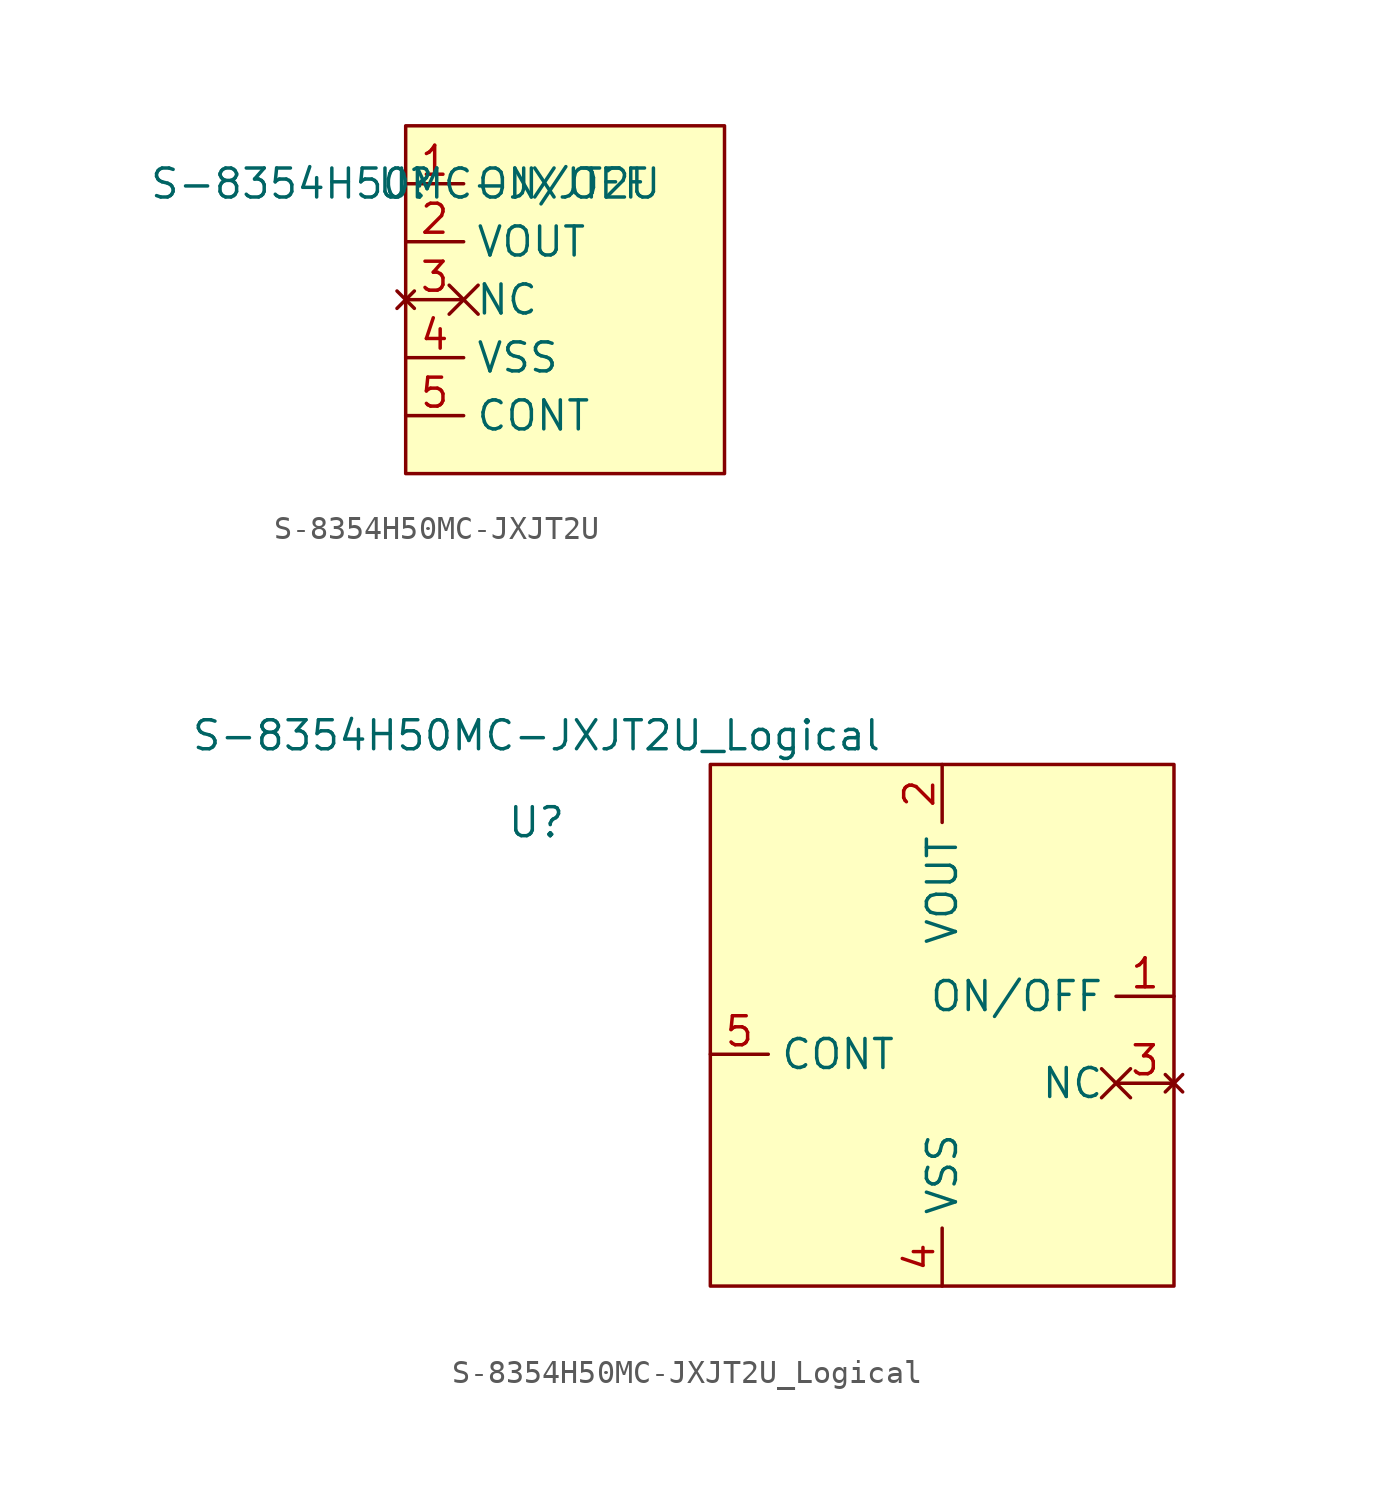
<source format=kicad_sym>
(kicad_symbol_lib
  (version 20211014)
  (generator kicad_symbol_editor)
  (symbol "S-8354H50MC-JXJT2U"
    (property "Reference" "U"
      (at 0 0 0)
      (effects (font (size 1.27 1.27))))
    (property "Value" "S-8354H50MC-JXJT2U"
      (at 0 0 0)
      (effects (font (size 1.27 1.27))))
    (symbol "S-8354H50MC-JXJT2U_0_0"
      (pin input line (at 0 0 0) (length 2.54) (name "ON/OFF" (effects (font (size 1.27 1.27)))) (number "1" (effects (font (size 1.27 1.27)))))
      (pin power_out line (at 0 -2.54 0) (length 2.54) (name "VOUT" (effects (font (size 1.27 1.27)))) (number "2" (effects (font (size 1.27 1.27)))))
      (pin no_connect non_logic (at 0 -5.08 0) (length 2.54) (name "NC" (effects (font (size 1.27 1.27)))) (number "3" (effects (font (size 1.27 1.27)))))
      (pin power_in line (at 0 -7.62 0) (length 2.54) (name "VSS" (effects (font (size 1.27 1.27)))) (number "4" (effects (font (size 1.27 1.27)))))
      (pin power_in line (at 0 -10.16 0) (length 2.54) (name "CONT" (effects (font (size 1.27 1.27)))) (number "5" (effects (font (size 1.27 1.27))))))
    (symbol "S-8354H50MC-JXJT2U_0_1"
      (rectangle (start 0 2.54) (end 13.97 -12.7) (stroke (width 0) (type default) (color 0 0 0 0)) (fill (type background)))))
  (symbol "S-8354H50MC-JXJT2U_Logical"
    (property "Reference" "U"
      (at 0 0 0)
      (effects (font (size 1.27 1.27))))
    (property "Value" "S-8354H50MC-JXJT2U_Logical"
      (at 0 3.81 0)
      (effects (font (size 1.27 1.27))))
    (symbol "S-8354H50MC-JXJT2U_Logical_0_0"
      (pin input line (at 27.94 -7.62 180) (length 2.54) (name "ON/OFF" (effects (font (size 1.27 1.27)))) (number "1" (effects (font (size 1.27 1.27)))))
      (pin power_out line (at 17.78 2.54 270) (length 2.54) (name "VOUT" (effects (font (size 1.27 1.27)))) (number "2" (effects (font (size 1.27 1.27)))))
      (pin no_connect non_logic (at 27.94 -11.43 180) (length 2.54) (name "NC" (effects (font (size 1.27 1.27)))) (number "3" (effects (font (size 1.27 1.27)))))
      (pin power_in line (at 17.78 -20.32 90) (length 2.54) (name "VSS" (effects (font (size 1.27 1.27)))) (number "4" (effects (font (size 1.27 1.27)))))
      (pin power_in line (at 7.62 -10.16 0) (length 2.54) (name "CONT" (effects (font (size 1.27 1.27)))) (number "5" (effects (font (size 1.27 1.27))))))
    (symbol "S-8354H50MC-JXJT2U_Logical_0_1"
      (rectangle (start 7.62 2.54) (end 27.94 -20.32) (stroke (width 0) (type default) (color 0 0 0 0)) (fill (type background))))))
</source>
